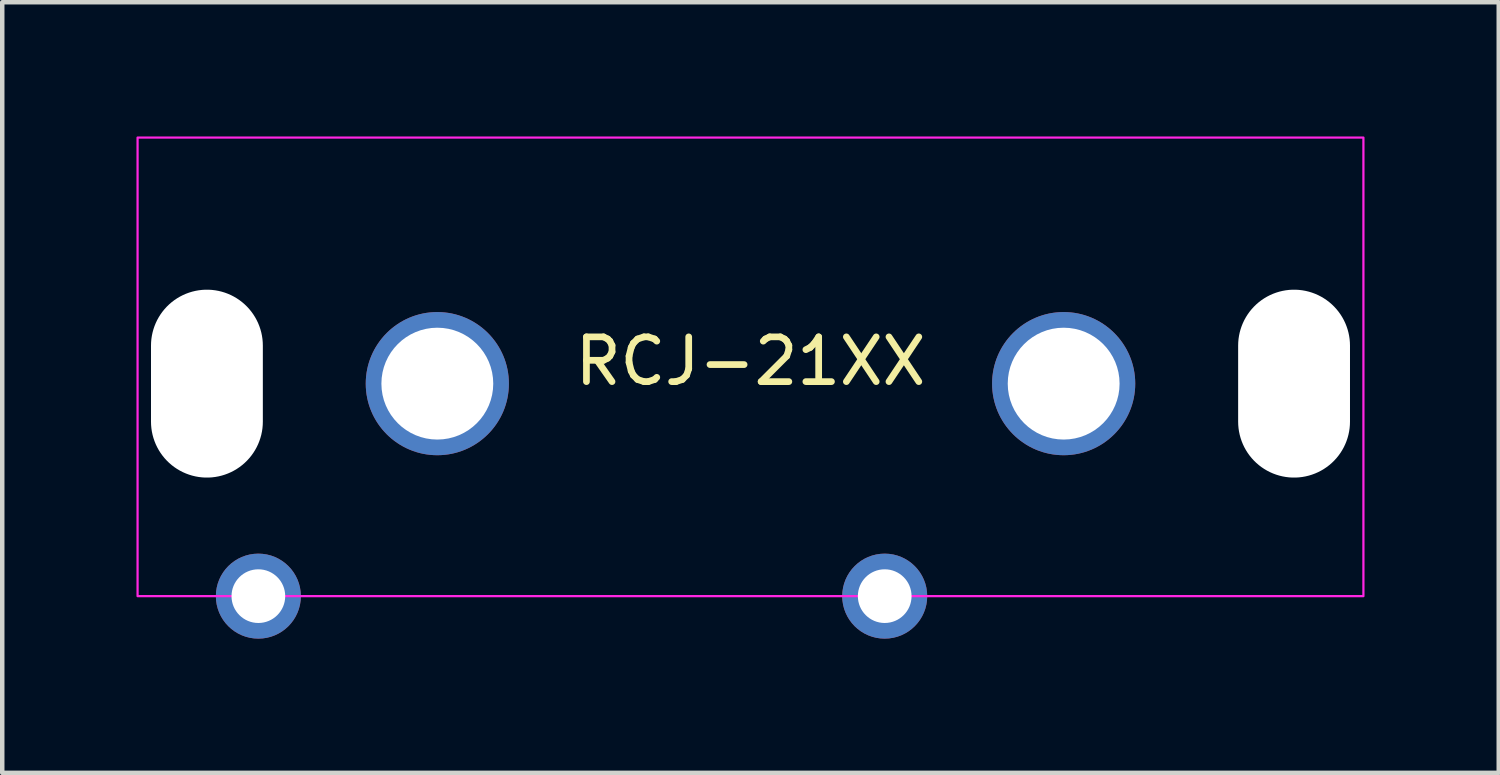
<source format=kicad_pcb>
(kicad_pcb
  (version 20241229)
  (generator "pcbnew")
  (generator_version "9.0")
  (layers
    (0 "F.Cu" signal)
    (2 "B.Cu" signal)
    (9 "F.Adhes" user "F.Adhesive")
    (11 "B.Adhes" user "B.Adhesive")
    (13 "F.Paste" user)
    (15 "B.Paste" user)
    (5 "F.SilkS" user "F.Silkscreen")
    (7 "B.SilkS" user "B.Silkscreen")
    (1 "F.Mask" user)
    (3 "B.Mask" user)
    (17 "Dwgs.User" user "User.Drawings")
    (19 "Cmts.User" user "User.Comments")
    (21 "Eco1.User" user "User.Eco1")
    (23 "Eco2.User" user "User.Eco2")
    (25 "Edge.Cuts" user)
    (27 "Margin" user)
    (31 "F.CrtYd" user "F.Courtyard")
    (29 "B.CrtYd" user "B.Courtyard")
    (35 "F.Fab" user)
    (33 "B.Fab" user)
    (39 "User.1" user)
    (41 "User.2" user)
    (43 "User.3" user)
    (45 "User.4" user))
  (footprint "RCJ-21XX"
    (layer "F.Cu")
    (at 13.725 5.525)
    (property "Reference" "RCJ-21XX" (at 0 -0.5 0) (unlocked yes) (layer "F.SilkS") (effects (font (size 1 1) (thickness 0.15))))
    (attr through_hole)
    (fp_rect (start -13.7 -5.5) (end 13.7 4.75) (stroke (width 0.05) (type solid)) (fill no) (layer "F.CrtYd"))
    (pad "" np_thru_hole oval (at -12.15 0) (size 2.5 4.2) (drill oval 2.5 4.2) (layers "*.Cu" "*.Mask"))
    (pad "" np_thru_hole oval (at 12.15 0) (size 2.5 4.2) (drill oval 2.5 4.2) (layers "*.Cu" "*.Mask"))
    (pad "1" thru_hole circle (at 7 0) (size 3.2 3.2) (drill 2.5) (layers "*.Cu" "*.Mask"))
    (pad "2" thru_hole circle (at 3 4.75) (size 1.9 1.9) (drill 1.2) (layers "*.Cu" "*.Mask"))
    (pad "3" thru_hole circle (at -7 0) (size 3.2 3.2) (drill 2.5) (layers "*.Cu" "*.Mask"))
    (pad "4" thru_hole circle (at -11 4.75) (size 1.9 1.9) (drill 1.2) (layers "*.Cu" "*.Mask")))
  (gr_rect
    (start -3 -3)
    (end 30.45 14.225)
    (stroke (width 0.1) (type default))
    (fill no)
    (layer "Edge.Cuts")))
</source>
